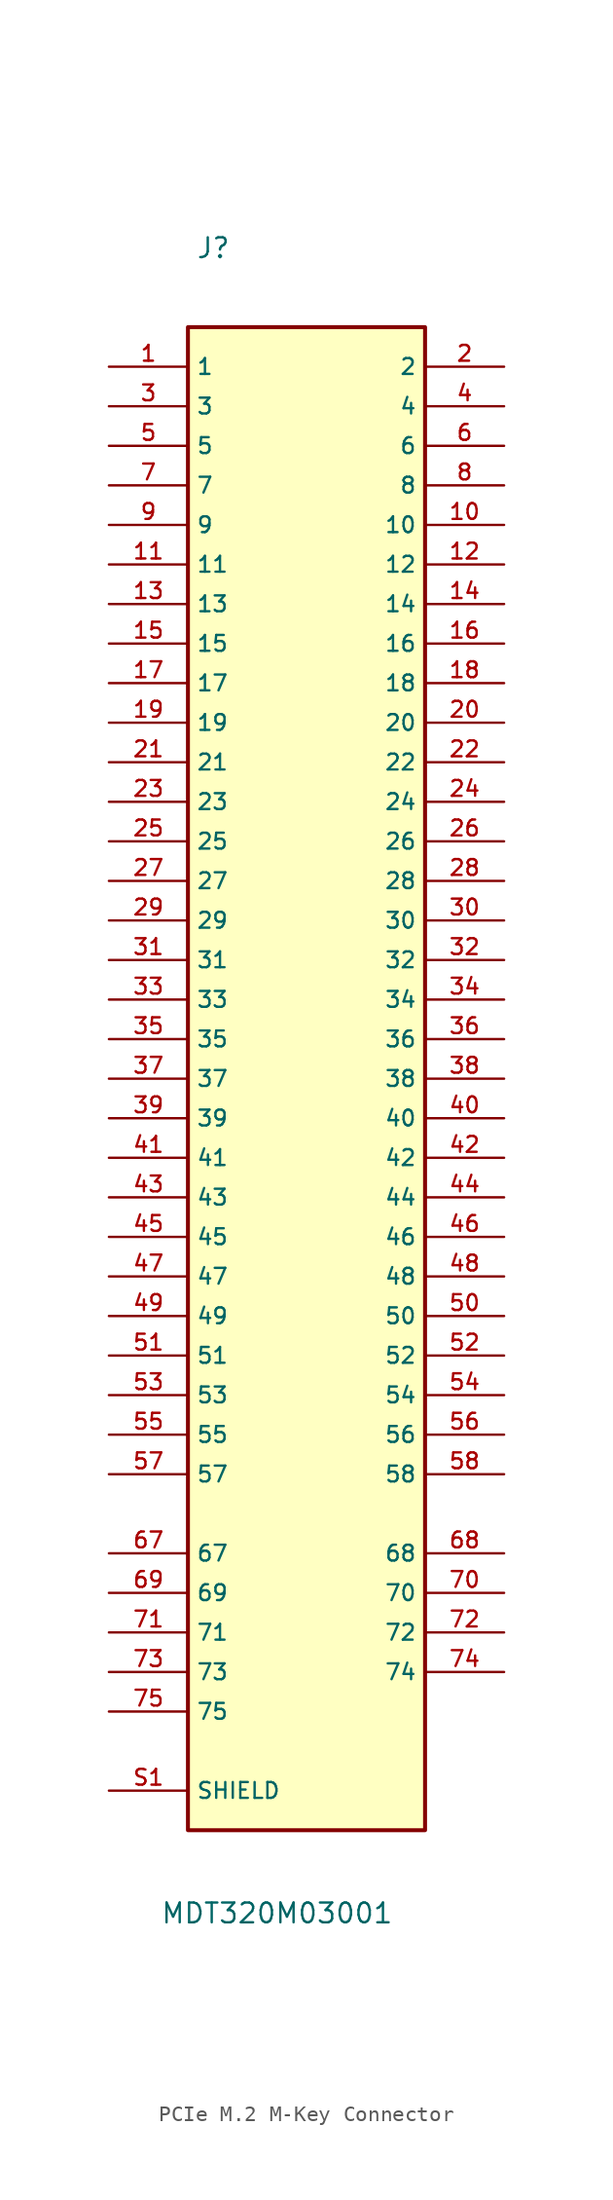
<source format=kicad_sym>
(kicad_symbol_lib
  (version 20241209)
  (generator "kicad_symbol_editor")
  (generator_version "9.0")
  (symbol "PCIe M.2 M-Key Connector"
    (property "Reference" "J"
      (at -7.112 53.34 0)
      (effects (font (size 1.27 1.27)) (justify left)))
    (property "Value" "MDT320M03001"
      (at -9.398 -53.594 0)
      (effects (font (size 1.27 1.27)) (justify left)))
    (symbol "PCIe M.2 M-Key Connector_0_0"
      (rectangle (start -7.62 -48.26) (end 7.62 48.26) (stroke (width 0.254) (type default)) (fill (type background)))
      (pin passive line (at -12.7 45.72 0) (length 5.08) (name "1" (effects (font (size 1.016 1.016)))) (number "1" (effects (font (size 1.016 1.016)))))
      (pin passive line (at -12.7 43.18 0) (length 5.08) (name "3" (effects (font (size 1.016 1.016)))) (number "3" (effects (font (size 1.016 1.016)))))
      (pin passive line (at -12.7 40.64 0) (length 5.08) (name "5" (effects (font (size 1.016 1.016)))) (number "5" (effects (font (size 1.016 1.016)))))
      (pin passive line (at -12.7 38.1 0) (length 5.08) (name "7" (effects (font (size 1.016 1.016)))) (number "7" (effects (font (size 1.016 1.016)))))
      (pin passive line (at -12.7 35.56 0) (length 5.08) (name "9" (effects (font (size 1.016 1.016)))) (number "9" (effects (font (size 1.016 1.016)))))
      (pin passive line (at -12.7 33.02 0) (length 5.08) (name "11" (effects (font (size 1.016 1.016)))) (number "11" (effects (font (size 1.016 1.016)))))
      (pin passive line (at -12.7 30.48 0) (length 5.08) (name "13" (effects (font (size 1.016 1.016)))) (number "13" (effects (font (size 1.016 1.016)))))
      (pin passive line (at -12.7 27.94 0) (length 5.08) (name "15" (effects (font (size 1.016 1.016)))) (number "15" (effects (font (size 1.016 1.016)))))
      (pin passive line (at -12.7 25.4 0) (length 5.08) (name "17" (effects (font (size 1.016 1.016)))) (number "17" (effects (font (size 1.016 1.016)))))
      (pin passive line (at -12.7 22.86 0) (length 5.08) (name "19" (effects (font (size 1.016 1.016)))) (number "19" (effects (font (size 1.016 1.016)))))
      (pin passive line (at -12.7 20.32 0) (length 5.08) (name "21" (effects (font (size 1.016 1.016)))) (number "21" (effects (font (size 1.016 1.016)))))
      (pin passive line (at -12.7 17.78 0) (length 5.08) (name "23" (effects (font (size 1.016 1.016)))) (number "23" (effects (font (size 1.016 1.016)))))
      (pin passive line (at -12.7 15.24 0) (length 5.08) (name "25" (effects (font (size 1.016 1.016)))) (number "25" (effects (font (size 1.016 1.016)))))
      (pin passive line (at -12.7 12.7 0) (length 5.08) (name "27" (effects (font (size 1.016 1.016)))) (number "27" (effects (font (size 1.016 1.016)))))
      (pin passive line (at -12.7 10.16 0) (length 5.08) (name "29" (effects (font (size 1.016 1.016)))) (number "29" (effects (font (size 1.016 1.016)))))
      (pin passive line (at -12.7 7.62 0) (length 5.08) (name "31" (effects (font (size 1.016 1.016)))) (number "31" (effects (font (size 1.016 1.016)))))
      (pin passive line (at -12.7 5.08 0) (length 5.08) (name "33" (effects (font (size 1.016 1.016)))) (number "33" (effects (font (size 1.016 1.016)))))
      (pin passive line (at -12.7 2.54 0) (length 5.08) (name "35" (effects (font (size 1.016 1.016)))) (number "35" (effects (font (size 1.016 1.016)))))
      (pin passive line (at -12.7 0 0) (length 5.08) (name "37" (effects (font (size 1.016 1.016)))) (number "37" (effects (font (size 1.016 1.016)))))
      (pin passive line (at -12.7 -2.54 0) (length 5.08) (name "39" (effects (font (size 1.016 1.016)))) (number "39" (effects (font (size 1.016 1.016)))))
      (pin passive line (at -12.7 -5.08 0) (length 5.08) (name "41" (effects (font (size 1.016 1.016)))) (number "41" (effects (font (size 1.016 1.016)))))
      (pin passive line (at -12.7 -7.62 0) (length 5.08) (name "43" (effects (font (size 1.016 1.016)))) (number "43" (effects (font (size 1.016 1.016)))))
      (pin passive line (at -12.7 -10.16 0) (length 5.08) (name "45" (effects (font (size 1.016 1.016)))) (number "45" (effects (font (size 1.016 1.016)))))
      (pin passive line (at -12.7 -12.7 0) (length 5.08) (name "47" (effects (font (size 1.016 1.016)))) (number "47" (effects (font (size 1.016 1.016)))))
      (pin passive line (at -12.7 -15.24 0) (length 5.08) (name "49" (effects (font (size 1.016 1.016)))) (number "49" (effects (font (size 1.016 1.016)))))
      (pin passive line (at -12.7 -17.78 0) (length 5.08) (name "51" (effects (font (size 1.016 1.016)))) (number "51" (effects (font (size 1.016 1.016)))))
      (pin passive line (at -12.7 -20.32 0) (length 5.08) (name "53" (effects (font (size 1.016 1.016)))) (number "53" (effects (font (size 1.016 1.016)))))
      (pin passive line (at -12.7 -22.86 0) (length 5.08) (name "55" (effects (font (size 1.016 1.016)))) (number "55" (effects (font (size 1.016 1.016)))))
      (pin passive line (at -12.7 -25.4 0) (length 5.08) (name "57" (effects (font (size 1.016 1.016)))) (number "57" (effects (font (size 1.016 1.016)))))
      (pin passive line (at -12.7 -30.48 0) (length 5.08) (name "67" (effects (font (size 1.016 1.016)))) (number "67" (effects (font (size 1.016 1.016)))))
      (pin passive line (at -12.7 -33.02 0) (length 5.08) (name "69" (effects (font (size 1.016 1.016)))) (number "69" (effects (font (size 1.016 1.016)))))
      (pin passive line (at -12.7 -35.56 0) (length 5.08) (name "71" (effects (font (size 1.016 1.016)))) (number "71" (effects (font (size 1.016 1.016)))))
      (pin passive line (at -12.7 -38.1 0) (length 5.08) (name "73" (effects (font (size 1.016 1.016)))) (number "73" (effects (font (size 1.016 1.016)))))
      (pin passive line (at -12.7 -40.64 0) (length 5.08) (name "75" (effects (font (size 1.016 1.016)))) (number "75" (effects (font (size 1.016 1.016)))))
      (pin passive line (at -12.7 -45.72 0) (length 5.08) (name "SHIELD" (effects (font (size 1.016 1.016)))) (number "S1" (effects (font (size 1.016 1.016)))))
      (pin passive line (at -12.7 -45.72 0) (length 5.08) (hide yes) (name "SHIELD" (effects (font (size 1.016 1.016)))) (number "S2" (effects (font (size 1.016 1.016)))))
      (pin passive line (at 12.7 45.72 180) (length 5.08) (name "2" (effects (font (size 1.016 1.016)))) (number "2" (effects (font (size 1.016 1.016)))))
      (pin passive line (at 12.7 43.18 180) (length 5.08) (name "4" (effects (font (size 1.016 1.016)))) (number "4" (effects (font (size 1.016 1.016)))))
      (pin passive line (at 12.7 40.64 180) (length 5.08) (name "6" (effects (font (size 1.016 1.016)))) (number "6" (effects (font (size 1.016 1.016)))))
      (pin passive line (at 12.7 38.1 180) (length 5.08) (name "8" (effects (font (size 1.016 1.016)))) (number "8" (effects (font (size 1.016 1.016)))))
      (pin passive line (at 12.7 35.56 180) (length 5.08) (name "10" (effects (font (size 1.016 1.016)))) (number "10" (effects (font (size 1.016 1.016)))))
      (pin passive line (at 12.7 33.02 180) (length 5.08) (name "12" (effects (font (size 1.016 1.016)))) (number "12" (effects (font (size 1.016 1.016)))))
      (pin passive line (at 12.7 30.48 180) (length 5.08) (name "14" (effects (font (size 1.016 1.016)))) (number "14" (effects (font (size 1.016 1.016)))))
      (pin passive line (at 12.7 27.94 180) (length 5.08) (name "16" (effects (font (size 1.016 1.016)))) (number "16" (effects (font (size 1.016 1.016)))))
      (pin passive line (at 12.7 25.4 180) (length 5.08) (name "18" (effects (font (size 1.016 1.016)))) (number "18" (effects (font (size 1.016 1.016)))))
      (pin passive line (at 12.7 22.86 180) (length 5.08) (name "20" (effects (font (size 1.016 1.016)))) (number "20" (effects (font (size 1.016 1.016)))))
      (pin passive line (at 12.7 20.32 180) (length 5.08) (name "22" (effects (font (size 1.016 1.016)))) (number "22" (effects (font (size 1.016 1.016)))))
      (pin passive line (at 12.7 17.78 180) (length 5.08) (name "24" (effects (font (size 1.016 1.016)))) (number "24" (effects (font (size 1.016 1.016)))))
      (pin passive line (at 12.7 15.24 180) (length 5.08) (name "26" (effects (font (size 1.016 1.016)))) (number "26" (effects (font (size 1.016 1.016)))))
      (pin passive line (at 12.7 12.7 180) (length 5.08) (name "28" (effects (font (size 1.016 1.016)))) (number "28" (effects (font (size 1.016 1.016)))))
      (pin passive line (at 12.7 10.16 180) (length 5.08) (name "30" (effects (font (size 1.016 1.016)))) (number "30" (effects (font (size 1.016 1.016)))))
      (pin passive line (at 12.7 7.62 180) (length 5.08) (name "32" (effects (font (size 1.016 1.016)))) (number "32" (effects (font (size 1.016 1.016)))))
      (pin passive line (at 12.7 5.08 180) (length 5.08) (name "34" (effects (font (size 1.016 1.016)))) (number "34" (effects (font (size 1.016 1.016)))))
      (pin passive line (at 12.7 2.54 180) (length 5.08) (name "36" (effects (font (size 1.016 1.016)))) (number "36" (effects (font (size 1.016 1.016)))))
      (pin passive line (at 12.7 0 180) (length 5.08) (name "38" (effects (font (size 1.016 1.016)))) (number "38" (effects (font (size 1.016 1.016)))))
      (pin passive line (at 12.7 -2.54 180) (length 5.08) (name "40" (effects (font (size 1.016 1.016)))) (number "40" (effects (font (size 1.016 1.016)))))
      (pin passive line (at 12.7 -5.08 180) (length 5.08) (name "42" (effects (font (size 1.016 1.016)))) (number "42" (effects (font (size 1.016 1.016)))))
      (pin passive line (at 12.7 -7.62 180) (length 5.08) (name "44" (effects (font (size 1.016 1.016)))) (number "44" (effects (font (size 1.016 1.016)))))
      (pin passive line (at 12.7 -10.16 180) (length 5.08) (name "46" (effects (font (size 1.016 1.016)))) (number "46" (effects (font (size 1.016 1.016)))))
      (pin passive line (at 12.7 -12.7 180) (length 5.08) (name "48" (effects (font (size 1.016 1.016)))) (number "48" (effects (font (size 1.016 1.016)))))
      (pin passive line (at 12.7 -15.24 180) (length 5.08) (name "50" (effects (font (size 1.016 1.016)))) (number "50" (effects (font (size 1.016 1.016)))))
      (pin passive line (at 12.7 -17.78 180) (length 5.08) (name "52" (effects (font (size 1.016 1.016)))) (number "52" (effects (font (size 1.016 1.016)))))
      (pin passive line (at 12.7 -20.32 180) (length 5.08) (name "54" (effects (font (size 1.016 1.016)))) (number "54" (effects (font (size 1.016 1.016)))))
      (pin passive line (at 12.7 -22.86 180) (length 5.08) (name "56" (effects (font (size 1.016 1.016)))) (number "56" (effects (font (size 1.016 1.016)))))
      (pin passive line (at 12.7 -25.4 180) (length 5.08) (name "58" (effects (font (size 1.016 1.016)))) (number "58" (effects (font (size 1.016 1.016)))))
      (pin passive line (at 12.7 -30.48 180) (length 5.08) (name "68" (effects (font (size 1.016 1.016)))) (number "68" (effects (font (size 1.016 1.016)))))
      (pin passive line (at 12.7 -33.02 180) (length 5.08) (name "70" (effects (font (size 1.016 1.016)))) (number "70" (effects (font (size 1.016 1.016)))))
      (pin passive line (at 12.7 -35.56 180) (length 5.08) (name "72" (effects (font (size 1.016 1.016)))) (number "72" (effects (font (size 1.016 1.016)))))
      (pin passive line (at 12.7 -38.1 180) (length 5.08) (name "74" (effects (font (size 1.016 1.016)))) (number "74" (effects (font (size 1.016 1.016))))))))
</source>
